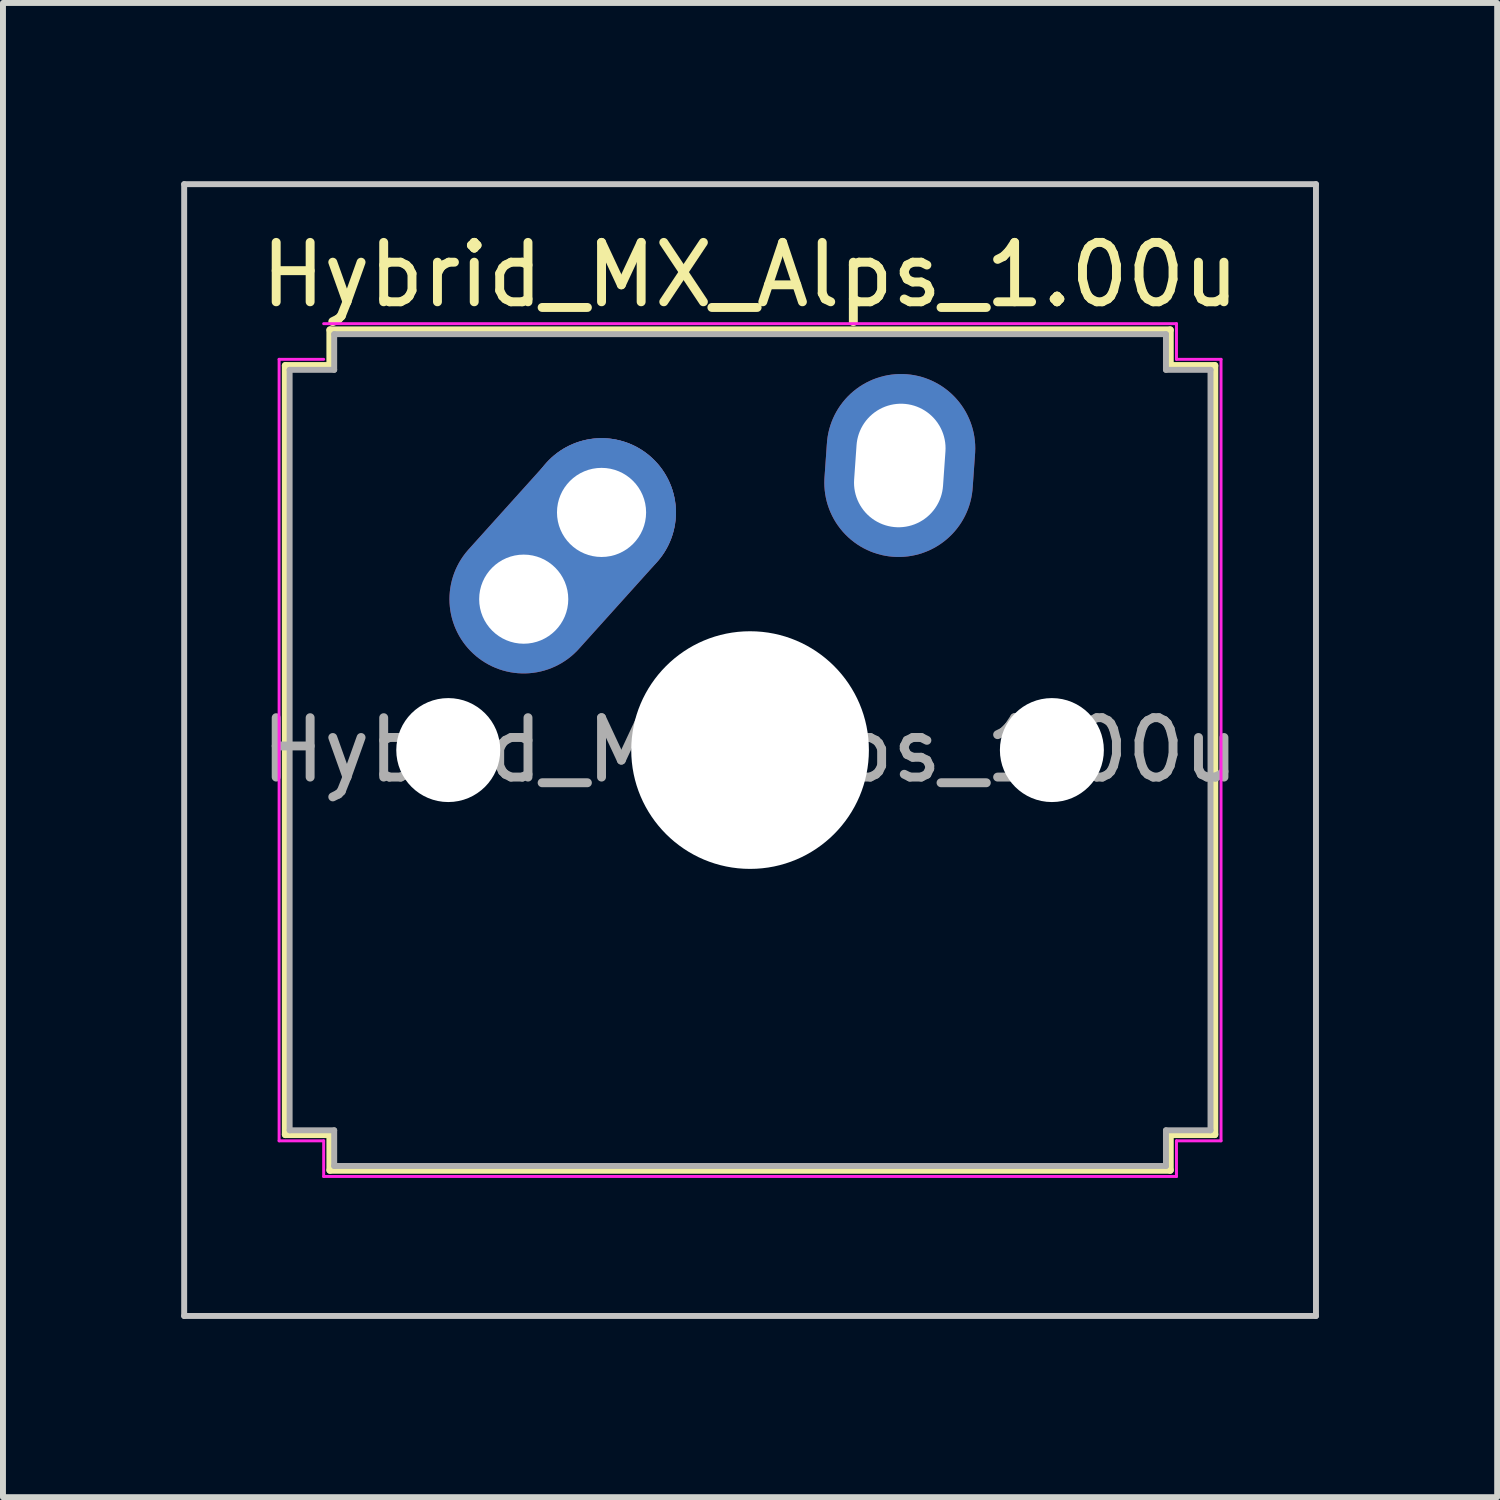
<source format=kicad_pcb>
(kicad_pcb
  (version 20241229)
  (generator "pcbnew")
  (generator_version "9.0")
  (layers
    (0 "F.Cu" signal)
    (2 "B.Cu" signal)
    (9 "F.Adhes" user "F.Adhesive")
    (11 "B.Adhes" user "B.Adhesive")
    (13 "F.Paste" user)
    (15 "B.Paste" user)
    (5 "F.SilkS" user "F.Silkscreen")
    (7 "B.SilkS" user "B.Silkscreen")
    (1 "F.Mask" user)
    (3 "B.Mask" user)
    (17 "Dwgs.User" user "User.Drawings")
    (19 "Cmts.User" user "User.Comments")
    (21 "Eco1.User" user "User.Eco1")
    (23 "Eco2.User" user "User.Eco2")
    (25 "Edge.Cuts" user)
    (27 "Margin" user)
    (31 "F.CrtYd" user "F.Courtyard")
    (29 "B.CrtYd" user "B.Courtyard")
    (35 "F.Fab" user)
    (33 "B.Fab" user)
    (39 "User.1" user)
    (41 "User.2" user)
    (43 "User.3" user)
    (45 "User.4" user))
  (footprint "Hybrid_MX_Alps_1.00u"
    (layer "F.Cu")
    (at 9.575 9.575)
    (property "Reference" "Hybrid_MX_Alps_1.00u" (at 0 -8 0) (layer "F.SilkS") (effects (font (size 1 1) (thickness 0.15))))
    (attr through_hole)
    (fp_line (start -7.821 -6.471) (end -7.071 -6.471) (stroke (width 0.12) (type solid)) (layer "F.SilkS"))
    (fp_line (start -7.821 6.471) (end -7.821 -6.471) (stroke (width 0.12) (type solid)) (layer "F.SilkS"))
    (fp_line (start -7.071 -7.071) (end 7.071 -7.071) (stroke (width 0.12) (type solid)) (layer "F.SilkS"))
    (fp_line (start -7.071 -6.471) (end -7.071 -7.071) (stroke (width 0.12) (type solid)) (layer "F.SilkS"))
    (fp_line (start -7.071 6.471) (end -7.821 6.471) (stroke (width 0.12) (type solid)) (layer "F.SilkS"))
    (fp_line (start -7.071 7.071) (end -7.071 6.471) (stroke (width 0.12) (type solid)) (layer "F.SilkS"))
    (fp_line (start 7.071 -7.071) (end 7.071 -6.471) (stroke (width 0.12) (type solid)) (layer "F.SilkS"))
    (fp_line (start 7.071 -6.471) (end 7.821 -6.471) (stroke (width 0.12) (type solid)) (layer "F.SilkS"))
    (fp_line (start 7.071 6.471) (end 7.071 7.071) (stroke (width 0.12) (type solid)) (layer "F.SilkS"))
    (fp_line (start 7.071 7.071) (end -7.071 7.071) (stroke (width 0.12) (type solid)) (layer "F.SilkS"))
    (fp_line (start 7.821 -6.471) (end 7.821 6.471) (stroke (width 0.12) (type solid)) (layer "F.SilkS"))
    (fp_line (start 7.821 6.471) (end 7.071 6.471) (stroke (width 0.12) (type solid)) (layer "F.SilkS"))
    (fp_line (start -9.525 -9.525) (end -9.525 9.525) (stroke (width 0.1) (type solid)) (layer "Dwgs.User"))
    (fp_line (start -9.525 9.525) (end 9.525 9.525) (stroke (width 0.1) (type solid)) (layer "Dwgs.User"))
    (fp_line (start 9.525 -9.525) (end -9.525 -9.525) (stroke (width 0.1) (type solid)) (layer "Dwgs.User"))
    (fp_line (start 9.525 9.525) (end 9.525 -9.525) (stroke (width 0.1) (type solid)) (layer "Dwgs.User"))
    (fp_line (start -7.927 -6.577) (end -7.177 -6.577) (stroke (width 0.05) (type solid)) (layer "F.CrtYd"))
    (fp_line (start -7.927 6.577) (end -7.927 -6.577) (stroke (width 0.05) (type solid)) (layer "F.CrtYd"))
    (fp_line (start -7.177 -7.177) (end 7.177 -7.177) (stroke (width 0.05) (type solid)) (layer "F.CrtYd"))
    (fp_line (start -7.177 6.577) (end -7.927 6.577) (stroke (width 0.05) (type solid)) (layer "F.CrtYd"))
    (fp_line (start -7.177 7.177) (end -7.177 6.577) (stroke (width 0.05) (type solid)) (layer "F.CrtYd"))
    (fp_line (start 7.177 -7.177) (end 7.177 -6.577) (stroke (width 0.05) (type solid)) (layer "F.CrtYd"))
    (fp_line (start 7.177 -6.577) (end 7.927 -6.577) (stroke (width 0.05) (type solid)) (layer "F.CrtYd"))
    (fp_line (start 7.177 6.577) (end 7.177 7.177) (stroke (width 0.05) (type solid)) (layer "F.CrtYd"))
    (fp_line (start 7.177 7.177) (end -7.177 7.177) (stroke (width 0.05) (type solid)) (layer "F.CrtYd"))
    (fp_line (start 7.927 -6.577) (end 7.927 6.577) (stroke (width 0.05) (type solid)) (layer "F.CrtYd"))
    (fp_line (start 7.927 6.577) (end 7.177 6.577) (stroke (width 0.05) (type solid)) (layer "F.CrtYd"))
    (fp_line (start -7.75 -6.4) (end -7 -6.4) (stroke (width 0.1) (type solid)) (layer "F.Fab"))
    (fp_line (start -7.75 6.4) (end -7.75 -6.4) (stroke (width 0.1) (type solid)) (layer "F.Fab"))
    (fp_line (start -7 -7) (end 7 -7) (stroke (width 0.1) (type solid)) (layer "F.Fab"))
    (fp_line (start -7 -6.4) (end -7 -7) (stroke (width 0.1) (type solid)) (layer "F.Fab"))
    (fp_line (start -7 6.4) (end -7.75 6.4) (stroke (width 0.1) (type solid)) (layer "F.Fab"))
    (fp_line (start -7 7) (end -7 6.4) (stroke (width 0.1) (type solid)) (layer "F.Fab"))
    (fp_line (start 7 -7) (end 7 -6.4) (stroke (width 0.1) (type solid)) (layer "F.Fab"))
    (fp_line (start 7 -6.4) (end 7.75 -6.4) (stroke (width 0.1) (type solid)) (layer "F.Fab"))
    (fp_line (start 7 6.4) (end 7 7) (stroke (width 0.1) (type solid)) (layer "F.Fab"))
    (fp_line (start 7 7) (end -7 7) (stroke (width 0.1) (type solid)) (layer "F.Fab"))
    (fp_line (start 7.75 -6.4) (end 7.75 6.4) (stroke (width 0.1) (type solid)) (layer "F.Fab"))
    (fp_line (start 7.75 6.4) (end 7 6.4) (stroke (width 0.1) (type solid)) (layer "F.Fab"))
    (fp_text user "${REFERENCE}" (at 0 0 0) (layer "F.Fab") (effects (font (size 1 1) (thickness 0.15))))
    (pad "" np_thru_hole circle (at -5.08 0) (size 1.75 1.75) (drill 1.75) (layers "*.Cu" "*.Mask"))
    (pad "" np_thru_hole circle (at 0 0) (size 4 4) (drill 4) (layers "*.Cu" "*.Mask"))
    (pad "" np_thru_hole circle (at 5.08 0) (size 1.75 1.75) (drill 1.75) (layers "*.Cu" "*.Mask"))
    (pad "1" thru_hole oval (at -3.81 -2.54 48) (size 4.462 2.5) (drill 1.5 (offset 0.981 0)) (layers "*.Cu" "*.Mask"))
    (pad "1" thru_hole circle (at -2.5 -4) (size 2.5 2.5) (drill 1.5) (layers "*.Cu" "*.Mask"))
    (pad "2" thru_hole oval (at 2.52 -4.79 86) (size 3.081 2.5) (drill oval 2.081 1.5) (layers "*.Cu" "*.Mask")))
  (gr_rect
    (start -3 -3)
    (end 22.15 22.15)
    (stroke (width 0.1) (type default))
    (fill no)
    (layer "Edge.Cuts")))
</source>
